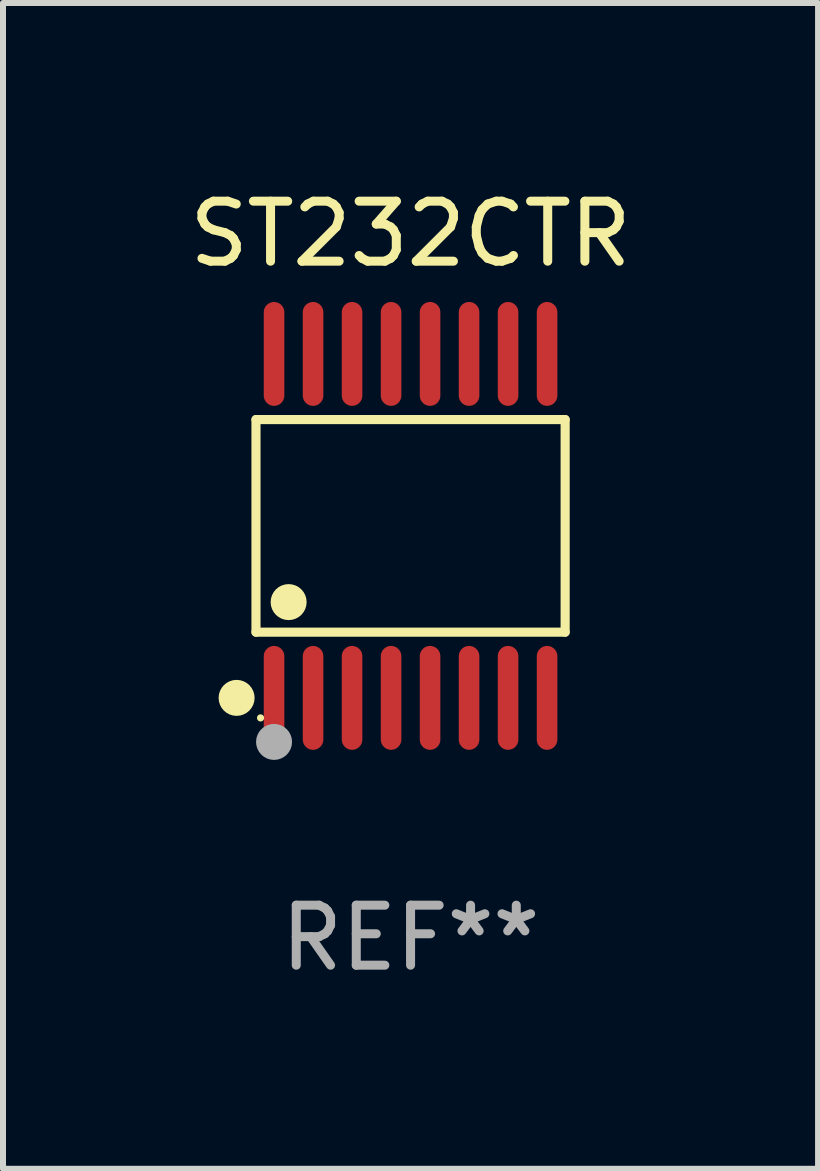
<source format=kicad_pcb>
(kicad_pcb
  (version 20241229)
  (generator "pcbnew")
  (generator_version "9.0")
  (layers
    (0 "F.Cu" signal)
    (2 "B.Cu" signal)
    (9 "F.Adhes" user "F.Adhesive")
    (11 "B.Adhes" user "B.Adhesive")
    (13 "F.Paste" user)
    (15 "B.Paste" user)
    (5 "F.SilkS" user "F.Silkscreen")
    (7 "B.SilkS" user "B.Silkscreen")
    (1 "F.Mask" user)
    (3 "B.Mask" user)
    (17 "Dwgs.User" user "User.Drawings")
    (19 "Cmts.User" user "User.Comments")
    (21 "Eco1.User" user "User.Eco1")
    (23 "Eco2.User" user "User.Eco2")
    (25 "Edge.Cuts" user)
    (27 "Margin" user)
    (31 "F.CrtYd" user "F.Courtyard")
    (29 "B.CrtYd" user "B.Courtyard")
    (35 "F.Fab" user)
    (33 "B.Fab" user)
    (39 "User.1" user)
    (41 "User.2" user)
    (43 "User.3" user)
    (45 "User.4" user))
  (footprint "ST232CTR"
    (layer "F.Cu")
    (at 3.792 5.714)
    (property "Reference" "ST232CTR" (at 0 -4.866 0) (layer "F.SilkS") (effects (font (size 1 1) (thickness 0.15))))
    (attr through_hole)
    (fp_line (start -2.576 -1.772) (end 2.576 -1.772) (stroke (width 0.152) (type solid)) (layer "F.SilkS"))
    (fp_line (start -2.576 1.771) (end -2.576 -1.772) (stroke (width 0.152) (type solid)) (layer "F.SilkS"))
    (fp_line (start 2.576 -1.772) (end 2.576 1.771) (stroke (width 0.152) (type solid)) (layer "F.SilkS"))
    (fp_line (start 2.576 1.771) (end -2.576 1.771) (stroke (width 0.152) (type solid)) (layer "F.SilkS"))
    (fp_circle (center -2.899 2.866) (end -2.749 2.866) (stroke (width 0.3) (type solid)) (fill no) (layer "F.SilkS"))
    (fp_circle (center -2.5 3.2) (end -2.47 3.2) (stroke (width 0.06) (type solid)) (fill no) (layer "F.SilkS"))
    (fp_circle (center -2.032 1.27) (end -1.882 1.27) (stroke (width 0.3) (type solid)) (fill no) (layer "F.SilkS"))
    (fp_circle (center -2.275 3.6) (end -2.125 3.6) (stroke (width 0.3) (type solid)) (fill no) (layer "F.Fab"))
    (fp_text user "REF**" (at 0 6.866 0) (layer "F.Fab") (effects (font (size 1 1) (thickness 0.15))))
    (pad "1" smd oval (at -2.275 2.866) (size 0.343 1.731) (layers "F.Cu" "F.Mask" "F.Paste"))
    (pad "2" smd oval (at -1.625 2.866) (size 0.343 1.731) (layers "F.Cu" "F.Mask" "F.Paste"))
    (pad "3" smd oval (at -0.975 2.866) (size 0.343 1.731) (layers "F.Cu" "F.Mask" "F.Paste"))
    (pad "4" smd oval (at -0.325 2.866) (size 0.343 1.731) (layers "F.Cu" "F.Mask" "F.Paste"))
    (pad "5" smd oval (at 0.325 2.866) (size 0.343 1.731) (layers "F.Cu" "F.Mask" "F.Paste"))
    (pad "6" smd oval (at 0.975 2.866) (size 0.343 1.731) (layers "F.Cu" "F.Mask" "F.Paste"))
    (pad "7" smd oval (at 1.625 2.866) (size 0.343 1.731) (layers "F.Cu" "F.Mask" "F.Paste"))
    (pad "8" smd oval (at 2.275 2.866) (size 0.343 1.731) (layers "F.Cu" "F.Mask" "F.Paste"))
    (pad "9" smd oval (at 2.275 -2.866) (size 0.343 1.731) (layers "F.Cu" "F.Mask" "F.Paste"))
    (pad "10" smd oval (at 1.625 -2.866) (size 0.343 1.731) (layers "F.Cu" "F.Mask" "F.Paste"))
    (pad "11" smd oval (at 0.975 -2.866) (size 0.343 1.731) (layers "F.Cu" "F.Mask" "F.Paste"))
    (pad "12" smd oval (at 0.325 -2.866) (size 0.343 1.731) (layers "F.Cu" "F.Mask" "F.Paste"))
    (pad "13" smd oval (at -0.325 -2.866) (size 0.343 1.731) (layers "F.Cu" "F.Mask" "F.Paste"))
    (pad "14" smd oval (at -0.975 -2.866) (size 0.343 1.731) (layers "F.Cu" "F.Mask" "F.Paste"))
    (pad "15" smd oval (at -1.625 -2.866) (size 0.343 1.731) (layers "F.Cu" "F.Mask" "F.Paste"))
    (pad "16" smd oval (at -2.275 -2.866) (size 0.343 1.731) (layers "F.Cu" "F.Mask" "F.Paste")))
  (gr_rect
    (start -3 -3)
    (end 10.583 16.428)
    (stroke (width 0.1) (type default))
    (fill no)
    (layer "Edge.Cuts")))
</source>
